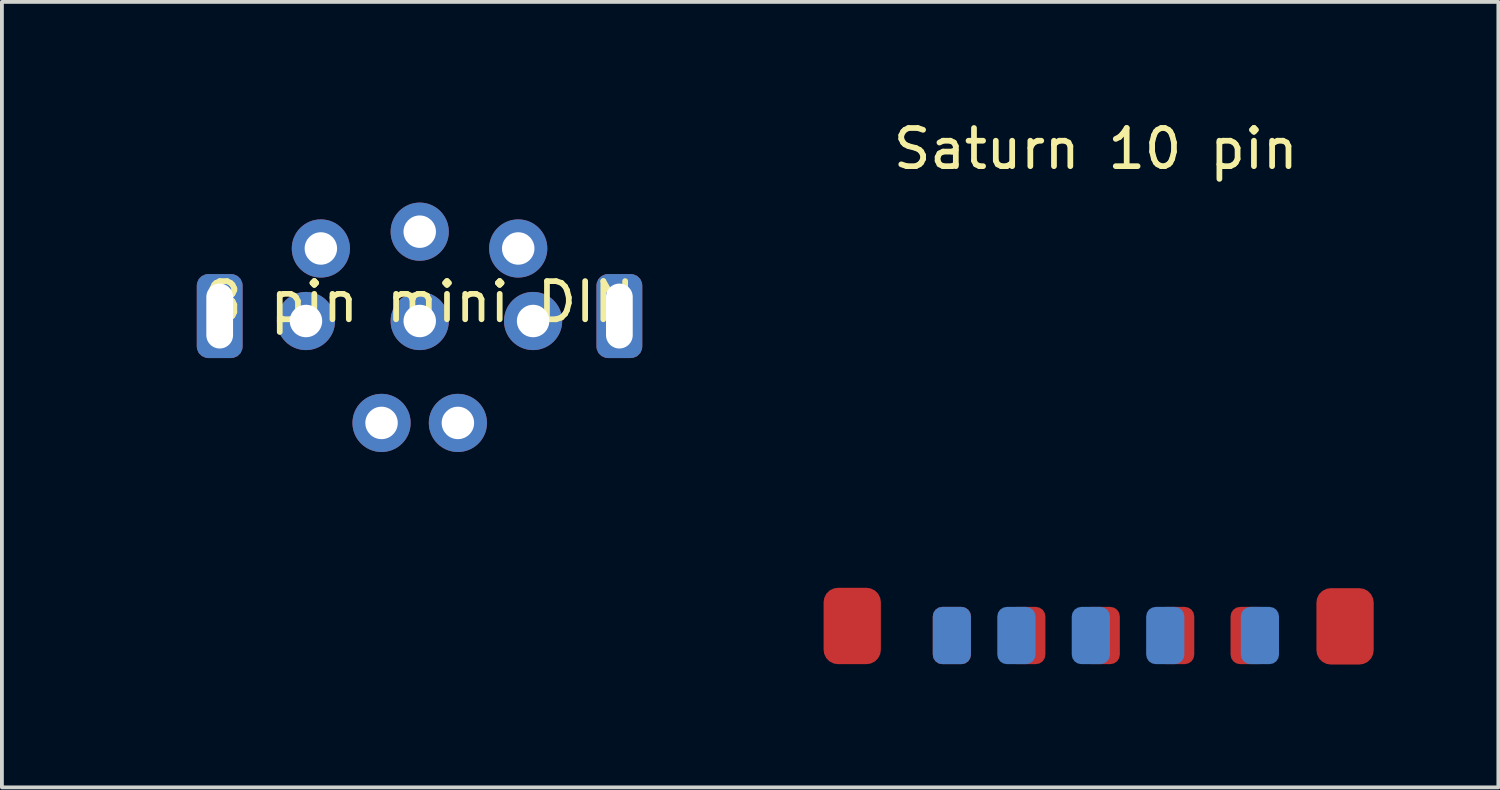
<source format=kicad_pcb>
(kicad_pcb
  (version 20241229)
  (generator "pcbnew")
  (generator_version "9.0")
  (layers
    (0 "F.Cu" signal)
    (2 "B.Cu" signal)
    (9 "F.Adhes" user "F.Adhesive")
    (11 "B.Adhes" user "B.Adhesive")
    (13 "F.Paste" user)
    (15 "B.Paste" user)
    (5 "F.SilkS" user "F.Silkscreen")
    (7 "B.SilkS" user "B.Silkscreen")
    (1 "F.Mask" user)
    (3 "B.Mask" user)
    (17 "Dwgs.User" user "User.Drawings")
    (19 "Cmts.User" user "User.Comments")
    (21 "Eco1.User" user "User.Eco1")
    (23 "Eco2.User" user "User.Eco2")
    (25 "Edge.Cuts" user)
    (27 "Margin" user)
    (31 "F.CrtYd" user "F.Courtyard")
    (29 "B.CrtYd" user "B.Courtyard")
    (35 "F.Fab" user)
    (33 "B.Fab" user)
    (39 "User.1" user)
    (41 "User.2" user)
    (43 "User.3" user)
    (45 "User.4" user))
  (footprint "8 pin mini DIN"
    (layer "F.Cu")
    (at 7.945 5.359)
    (property "Reference" "8 pin mini DIN" (at 0 -0.5 0) (unlocked yes) (layer "F.SilkS") (effects (font (size 1 1) (thickness 0.15))))
    (attr through_hole)
    (fp_poly (pts (xy 7.106 5.689) (xy -7.895 5.689) (xy -7.895 2.643) (xy -1.472 2.643) (xy -1.467 2.737) (xy -1.445 2.827) (xy -1.406 2.91) (xy -1.352 2.984) (xy -1.283 3.046) (xy -1.201 3.093) (xy -1.11 3.124) (xy -1.051 3.134) (xy -1.002 3.137) (xy -0.95 3.133) (xy -0.915 3.127) (xy -0.821 3.099) (xy -0.736 3.052) (xy -0.662 2.989) (xy -0.604 2.913) (xy -0.59 2.886) (xy -0.553 2.791) (xy -0.537 2.695) (xy -0.538 2.668) (xy 0.531 2.668) (xy 0.541 2.769) (xy 0.571 2.861) (xy 0.617 2.943) (xy 0.677 3.013) (xy 0.751 3.069) (xy 0.835 3.109) (xy 0.927 3.132) (xy 1.026 3.136) (xy 1.087 3.128) (xy 1.181 3.099) (xy 1.267 3.052) (xy 1.34 2.986) (xy 1.4 2.905) (xy 1.422 2.864) (xy 1.437 2.83) (xy 1.448 2.801) (xy 1.454 2.771) (xy 1.456 2.734) (xy 1.457 2.683) (xy 1.457 2.668) (xy 1.457 2.613) (xy 1.454 2.573) (xy 1.449 2.542) (xy 1.44 2.513) (xy 1.426 2.481) (xy 1.422 2.471) (xy 1.372 2.388) (xy 1.309 2.317) (xy 1.236 2.264) (xy 1.214 2.252) (xy 1.118 2.216) (xy 1.022 2.2) (xy 0.929 2.203) (xy 0.84 2.225) (xy 0.759 2.262) (xy 0.686 2.314) (xy 0.625 2.381) (xy 0.577 2.459) (xy 0.545 2.548) (xy 0.532 2.648) (xy 0.531 2.668) (xy -0.538 2.668) (xy -0.54 2.601) (xy -0.562 2.512) (xy -0.601 2.429) (xy -0.655 2.355) (xy -0.724 2.292) (xy -0.807 2.244) (xy -0.902 2.212) (xy -0.931 2.206) (xy -1.026 2.2) (xy -1.12 2.214) (xy -1.209 2.247) (xy -1.29 2.296) (xy -1.359 2.359) (xy -1.413 2.436) (xy -1.422 2.453) (xy -1.457 2.548) (xy -1.472 2.643) (xy -7.895 2.643) (xy -7.895 0.312) (xy -4.757 0.312) (xy -4.114 0.312) (xy -4.114 -0.007) (xy -3.449 -0.007) (xy -3.439 0.092) (xy -3.41 0.183) (xy -3.365 0.265) (xy -3.306 0.335) (xy -3.234 0.392) (xy -3.153 0.434) (xy -3.064 0.459) (xy -2.969 0.465) (xy -2.872 0.451) (xy -2.867 0.45) (xy -2.77 0.415) (xy -2.686 0.362) (xy -2.617 0.294) (xy -2.564 0.212) (xy -2.562 0.207) (xy -2.527 0.112) (xy -2.513 0.017) (xy -2.514 -0.007) (xy -0.471 -0.007) (xy -0.463 0.084) (xy -0.438 0.171) (xy -0.397 0.252) (xy -0.339 0.324) (xy -0.267 0.384) (xy -0.216 0.413) (xy -0.173 0.432) (xy -0.132 0.449) (xy -0.103 0.457) (xy -0.054 0.463) (xy 0.007 0.462) (xy 0.072 0.456) (xy 0.13 0.446) (xy 0.162 0.436) (xy 0.251 0.391) (xy 0.326 0.331) (xy 0.386 0.257) (xy 0.43 0.172) (xy 0.456 0.081) (xy 0.463 -0.004) (xy 2.505 -0.004) (xy 2.515 0.095) (xy 2.544 0.187) (xy 2.59 0.268) (xy 2.65 0.338) (xy 2.722 0.394) (xy 2.803 0.435) (xy 2.893 0.459) (xy 2.988 0.465) (xy 3.085 0.45) (xy 3.086 0.45) (xy 3.18 0.416) (xy 3.261 0.365) (xy 3.315 0.316) (xy 3.318 0.312) (xy 4.112 0.312) (xy 4.744 0.312) (xy 4.744 -0.974) (xy 4.112 -0.974) (xy 4.112 0.312) (xy 3.318 0.312) (xy 3.374 0.238) (xy 3.414 0.152) (xy 3.436 0.061) (xy 3.439 -0.033) (xy 3.425 -0.125) (xy 3.392 -0.213) (xy 3.341 -0.294) (xy 3.298 -0.341) (xy 3.219 -0.402) (xy 3.134 -0.444) (xy 3.047 -0.467) (xy 2.958 -0.472) (xy 2.871 -0.461) (xy 2.788 -0.434) (xy 2.712 -0.393) (xy 2.644 -0.339) (xy 2.586 -0.271) (xy 2.543 -0.192) (xy 2.515 -0.103) (xy 2.505 -0.004) (xy 0.463 -0.004) (xy 0.464 -0.016) (xy 0.451 -0.115) (xy 0.449 -0.12) (xy 0.415 -0.214) (xy 0.365 -0.294) (xy 0.302 -0.36) (xy 0.228 -0.412) (xy 0.146 -0.448) (xy 0.059 -0.468) (xy -0.031 -0.472) (xy -0.121 -0.457) (xy -0.208 -0.425) (xy -0.291 -0.373) (xy -0.328 -0.341) (xy -0.391 -0.267) (xy -0.436 -0.185) (xy -0.462 -0.097) (xy -0.471 -0.007) (xy -2.514 -0.007) (xy -2.518 -0.077) (xy -2.542 -0.166) (xy -2.582 -0.249) (xy -2.638 -0.322) (xy -2.708 -0.384) (xy -2.791 -0.431) (xy -2.886 -0.462) (xy -2.91 -0.466) (xy -3.007 -0.472) (xy -3.101 -0.457) (xy -3.188 -0.425) (xy -3.266 -0.376) (xy -3.333 -0.313) (xy -3.387 -0.237) (xy -3.425 -0.151) (xy -3.446 -0.057) (xy -3.449 -0.007) (xy -4.114 -0.007) (xy -4.114 -0.974) (xy -4.757 -0.974) (xy -4.757 0.312) (xy -7.895 0.312) (xy -7.895 -0.73) (xy -6.232 -0.73) (xy -6.232 -1.872) (xy -3.058 -1.872) (xy -3.043 -1.781) (xy -3.008 -1.692) (xy -2.955 -1.61) (xy -2.931 -1.582) (xy -2.898 -1.55) (xy -2.864 -1.521) (xy -2.842 -1.505) (xy -2.77 -1.471) (xy -2.686 -1.45) (xy -2.597 -1.441) (xy -2.51 -1.445) (xy -2.45 -1.457) (xy -2.36 -1.494) (xy -2.285 -1.545) (xy -2.223 -1.609) (xy -2.176 -1.682) (xy -2.144 -1.762) (xy -2.126 -1.846) (xy -2.124 -1.933) (xy -2.137 -2.018) (xy -2.165 -2.101) (xy -2.209 -2.178) (xy -2.269 -2.246) (xy -2.345 -2.303) (xy -2.353 -2.308) (xy -0.471 -2.308) (xy -0.458 -2.219) (xy -0.428 -2.133) (xy -0.379 -2.052) (xy -0.327 -1.994) (xy -0.246 -1.932) (xy -0.157 -1.891) (xy -0.059 -1.87) (xy 0.047 -1.869) (xy 0.114 -1.878) (xy 0.134 -1.885) (xy 0.151 -1.892) (xy 2.116 -1.892) (xy 2.128 -1.797) (xy 2.157 -1.707) (xy 2.204 -1.625) (xy 2.248 -1.574) (xy 2.325 -1.51) (xy 2.41 -1.467) (xy 2.504 -1.444) (xy 2.608 -1.44) (xy 2.622 -1.441) (xy 2.68 -1.448) (xy 2.728 -1.459) (xy 2.774 -1.477) (xy 2.79 -1.485) (xy 2.838 -1.512) (xy 2.885 -1.546) (xy 2.918 -1.575) (xy 2.977 -1.648) (xy 3.018 -1.733) (xy 3.042 -1.824) (xy 3.048 -1.919) (xy 3.036 -2.014) (xy 3.006 -2.105) (xy 2.96 -2.185) (xy 2.897 -2.254) (xy 2.823 -2.308) (xy 2.74 -2.345) (xy 2.652 -2.365) (xy 2.562 -2.37) (xy 2.472 -2.358) (xy 2.386 -2.331) (xy 2.307 -2.287) (xy 2.239 -2.227) (xy 2.194 -2.17) (xy 2.149 -2.082) (xy 2.124 -1.988) (xy 2.116 -1.892) (xy 0.151 -1.892) (xy 0.168 -1.899) (xy 0.205 -1.915) (xy 0.288 -1.966) (xy 0.357 -2.033) (xy 0.411 -2.114) (xy 0.447 -2.207) (xy 0.448 -2.21) (xy 0.464 -2.31) (xy 0.46 -2.405) (xy 0.438 -2.495) (xy 0.399 -2.577) (xy 0.345 -2.649) (xy 0.279 -2.709) (xy 0.203 -2.756) (xy 0.117 -2.788) (xy 0.024 -2.802) (xy -0.074 -2.798) (xy -0.128 -2.786) (xy -0.219 -2.752) (xy -0.297 -2.702) (xy -0.361 -2.639) (xy -0.411 -2.565) (xy -0.447 -2.484) (xy -0.467 -2.397) (xy -0.471 -2.308) (xy -2.353 -2.308) (xy -2.382 -2.324) (xy -2.42 -2.342) (xy -2.45 -2.354) (xy -2.478 -2.361) (xy -2.512 -2.364) (xy -2.557 -2.365) (xy -2.589 -2.366) (xy -2.645 -2.365) (xy -2.684 -2.363) (xy -2.715 -2.358) (xy -2.744 -2.349) (xy -2.776 -2.335) (xy -2.786 -2.33) (xy -2.872 -2.278) (xy -2.943 -2.213) (xy -2.997 -2.137) (xy -3.035 -2.053) (xy -3.055 -1.964) (xy -3.058 -1.872) (xy -6.232 -1.872) (xy -6.232 -3.613) (xy -7.895 -3.613) (xy -7.895 -5.309) (xy 7.106 -5.309)) (stroke (width 0.1) (type solid)) (fill no) (layer "Eco1.User"))
    (pad "1" thru_hole circle (at -1 2.67) (size 1.524 1.524) (drill 0.85) (layers "*.Cu" "*.Mask"))
    (pad "2" thru_hole circle (at 1 2.67) (size 1.524 1.524) (drill 0.85) (layers "*.Cu" "*.Mask"))
    (pad "3" thru_hole circle (at -2.98 0) (size 1.524 1.524) (drill 0.85) (layers "*.Cu" "*.Mask"))
    (pad "4" thru_hole roundrect (at -5.24 -0.13) (size 1.2 2.2) (drill oval 0.7 1.7) (layers "*.Cu" "*.Mask") (roundrect_rratio 0.25))
    (pad "4" thru_hole circle (at 0 0) (size 1.524 1.524) (drill 0.85) (layers "*.Cu" "*.Mask"))
    (pad "4" thru_hole roundrect (at 5.23 -0.13) (size 1.2 2.2) (drill oval 0.7 1.7) (layers "*.Cu" "*.Mask") (roundrect_rratio 0.25))
    (pad "5" thru_hole circle (at 2.97 0) (size 1.524 1.524) (drill 0.85) (layers "*.Cu" "*.Mask"))
    (pad "6" thru_hole circle (at -2.59 -1.9) (size 1.524 1.524) (drill 0.85) (layers "*.Cu" "*.Mask"))
    (pad "7" thru_hole circle (at 0 -2.34) (size 1.524 1.524) (drill 0.85) (layers "*.Cu" "*.Mask"))
    (pad "8" thru_hole circle (at 2.58 -1.9) (size 1.524 1.524) (drill 0.85) (layers "*.Cu" "*.Mask")))
  (footprint "Saturn 10 pin"
    (layer "F.Cu")
    (at 25.655 1.348)
    (property "Reference" "Saturn 10 pin" (at 0 -0.5 0) (unlocked yes) (layer "F.SilkS") (effects (font (size 1 1) (thickness 0.15))))
    (attr through_hole)
    (fp_poly (pts (xy 7.496 13.178) (xy -7.505 13.178) (xy -7.505 10.132) (xy -1.082 10.132) (xy -1.077 10.226) (xy -1.055 10.316) (xy -1.016 10.399) (xy -0.962 10.473) (xy -0.893 10.535) (xy -0.811 10.583) (xy -0.72 10.613) (xy -0.661 10.624) (xy -0.612 10.627) (xy -0.56 10.622) (xy -0.525 10.616) (xy -0.431 10.588) (xy -0.346 10.541) (xy -0.272 10.479) (xy -0.214 10.402) (xy -0.2 10.375) (xy -0.163 10.28) (xy -0.147 10.184) (xy -0.148 10.157) (xy 0.921 10.157) (xy 0.931 10.258) (xy 0.961 10.351) (xy 1.007 10.433) (xy 1.067 10.502) (xy 1.141 10.558) (xy 1.225 10.598) (xy 1.317 10.621) (xy 1.416 10.625) (xy 1.477 10.617) (xy 1.571 10.588) (xy 1.657 10.541) (xy 1.73 10.475) (xy 1.79 10.395) (xy 1.812 10.353) (xy 1.827 10.319) (xy 1.838 10.29) (xy 1.844 10.26) (xy 1.846 10.223) (xy 1.847 10.172) (xy 1.847 10.157) (xy 1.847 10.102) (xy 1.844 10.062) (xy 1.839 10.031) (xy 1.83 10.002) (xy 1.816 9.97) (xy 1.812 9.96) (xy 1.762 9.877) (xy 1.699 9.806) (xy 1.626 9.753) (xy 1.604 9.741) (xy 1.508 9.705) (xy 1.412 9.689) (xy 1.319 9.693) (xy 1.23 9.714) (xy 1.149 9.751) (xy 1.076 9.804) (xy 1.015 9.87) (xy 0.967 9.948) (xy 0.935 10.038) (xy 0.922 10.137) (xy 0.921 10.157) (xy -0.148 10.157) (xy -0.15 10.09) (xy -0.172 10.001) (xy -0.211 9.918) (xy -0.265 9.844) (xy -0.334 9.781) (xy -0.417 9.733) (xy -0.512 9.701) (xy -0.541 9.695) (xy -0.636 9.689) (xy -0.73 9.703) (xy -0.819 9.736) (xy -0.9 9.785) (xy -0.969 9.848) (xy -1.023 9.925) (xy -1.032 9.942) (xy -1.067 10.037) (xy -1.082 10.132) (xy -7.505 10.132) (xy -7.505 7.801) (xy -4.367 7.801) (xy -3.724 7.801) (xy -3.724 7.482) (xy -3.059 7.482) (xy -3.049 7.581) (xy -3.02 7.672) (xy -2.975 7.754) (xy -2.916 7.824) (xy -2.844 7.881) (xy -2.763 7.923) (xy -2.674 7.948) (xy -2.579 7.954) (xy -2.482 7.94) (xy -2.477 7.939) (xy -2.38 7.904) (xy -2.296 7.851) (xy -2.227 7.783) (xy -2.174 7.701) (xy -2.172 7.696) (xy -2.137 7.601) (xy -2.123 7.506) (xy -2.124 7.483) (xy -0.081 7.483) (xy -0.073 7.573) (xy -0.048 7.66) (xy -0.007 7.741) (xy 0.051 7.813) (xy 0.123 7.873) (xy 0.174 7.902) (xy 0.217 7.922) (xy 0.258 7.938) (xy 0.287 7.946) (xy 0.336 7.952) (xy 0.397 7.951) (xy 0.462 7.945) (xy 0.52 7.935) (xy 0.552 7.925) (xy 0.641 7.88) (xy 0.716 7.82) (xy 0.776 7.746) (xy 0.82 7.661) (xy 0.846 7.57) (xy 0.853 7.485) (xy 2.895 7.485) (xy 2.905 7.584) (xy 2.934 7.676) (xy 2.98 7.757) (xy 3.04 7.827) (xy 3.112 7.883) (xy 3.193 7.924) (xy 3.283 7.949) (xy 3.378 7.954) (xy 3.475 7.94) (xy 3.476 7.939) (xy 3.57 7.905) (xy 3.651 7.854) (xy 3.705 7.805) (xy 3.708 7.801) (xy 4.502 7.801) (xy 5.134 7.801) (xy 5.134 6.515) (xy 4.502 6.515) (xy 4.502 7.801) (xy 3.708 7.801) (xy 3.764 7.727) (xy 3.804 7.641) (xy 3.826 7.55) (xy 3.829 7.456) (xy 3.815 7.364) (xy 3.782 7.276) (xy 3.731 7.195) (xy 3.688 7.148) (xy 3.609 7.087) (xy 3.524 7.045) (xy 3.437 7.022) (xy 3.348 7.017) (xy 3.261 7.028) (xy 3.178 7.055) (xy 3.102 7.096) (xy 3.034 7.151) (xy 2.976 7.218) (xy 2.933 7.297) (xy 2.905 7.386) (xy 2.895 7.485) (xy 0.853 7.485) (xy 0.854 7.473) (xy 0.841 7.374) (xy 0.839 7.369) (xy 0.805 7.275) (xy 0.755 7.195) (xy 0.692 7.129) (xy 0.618 7.077) (xy 0.536 7.041) (xy 0.449 7.021) (xy 0.359 7.017) (xy 0.269 7.032) (xy 0.182 7.064) (xy 0.099 7.116) (xy 0.062 7.148) (xy -0.001 7.222) (xy -0.046 7.304) (xy -0.072 7.392) (xy -0.081 7.483) (xy -2.124 7.483) (xy -2.128 7.412) (xy -2.152 7.323) (xy -2.192 7.24) (xy -2.248 7.167) (xy -2.318 7.105) (xy -2.401 7.058) (xy -2.496 7.027) (xy -2.52 7.023) (xy -2.617 7.017) (xy -2.711 7.032) (xy -2.798 7.064) (xy -2.876 7.113) (xy -2.943 7.176) (xy -2.997 7.252) (xy -3.035 7.338) (xy -3.056 7.432) (xy -3.059 7.482) (xy -3.724 7.482) (xy -3.724 6.515) (xy -4.367 6.515) (xy -4.367 7.801) (xy -7.505 7.801) (xy -7.505 6.759) (xy -5.842 6.759) (xy -5.842 5.617) (xy -2.668 5.617) (xy -2.653 5.708) (xy -2.618 5.797) (xy -2.565 5.879) (xy -2.541 5.907) (xy -2.508 5.939) (xy -2.474 5.968) (xy -2.452 5.984) (xy -2.38 6.018) (xy -2.296 6.04) (xy -2.207 6.049) (xy -2.12 6.044) (xy -2.06 6.032) (xy -1.97 5.995) (xy -1.895 5.944) (xy -1.833 5.88) (xy -1.786 5.807) (xy -1.754 5.727) (xy -1.736 5.643) (xy -1.734 5.556) (xy -1.747 5.471) (xy -1.775 5.388) (xy -1.819 5.311) (xy -1.879 5.243) (xy -1.955 5.186) (xy -1.963 5.181) (xy -0.081 5.181) (xy -0.068 5.27) (xy -0.038 5.356) (xy 0.011 5.437) (xy 0.063 5.495) (xy 0.144 5.557) (xy 0.233 5.598) (xy 0.331 5.619) (xy 0.437 5.62) (xy 0.504 5.611) (xy 0.524 5.604) (xy 0.541 5.597) (xy 2.506 5.597) (xy 2.518 5.692) (xy 2.547 5.782) (xy 2.594 5.865) (xy 2.638 5.915) (xy 2.715 5.979) (xy 2.8 6.022) (xy 2.894 6.045) (xy 2.998 6.049) (xy 3.012 6.048) (xy 3.07 6.041) (xy 3.118 6.03) (xy 3.164 6.012) (xy 3.18 6.004) (xy 3.228 5.977) (xy 3.275 5.943) (xy 3.308 5.914) (xy 3.367 5.841) (xy 3.408 5.756) (xy 3.432 5.665) (xy 3.438 5.57) (xy 3.426 5.475) (xy 3.396 5.384) (xy 3.35 5.304) (xy 3.287 5.235) (xy 3.213 5.181) (xy 3.13 5.144) (xy 3.042 5.124) (xy 2.952 5.119) (xy 2.862 5.131) (xy 2.776 5.159) (xy 2.697 5.202) (xy 2.629 5.262) (xy 2.584 5.319) (xy 2.539 5.408) (xy 2.514 5.501) (xy 2.506 5.597) (xy 0.541 5.597) (xy 0.558 5.591) (xy 0.595 5.574) (xy 0.678 5.523) (xy 0.747 5.456) (xy 0.801 5.375) (xy 0.837 5.282) (xy 0.838 5.279) (xy 0.854 5.179) (xy 0.85 5.084) (xy 0.828 4.994) (xy 0.789 4.912) (xy 0.735 4.84) (xy 0.669 4.78) (xy 0.593 4.733) (xy 0.507 4.701) (xy 0.414 4.687) (xy 0.316 4.691) (xy 0.262 4.703) (xy 0.171 4.737) (xy 0.093 4.787) (xy 0.029 4.85) (xy -0.021 4.924) (xy -0.057 5.006) (xy -0.077 5.092) (xy -0.081 5.181) (xy -1.963 5.181) (xy -1.992 5.165) (xy -2.03 5.147) (xy -2.06 5.135) (xy -2.088 5.128) (xy -2.122 5.125) (xy -2.167 5.124) (xy -2.199 5.124) (xy -2.255 5.124) (xy -2.294 5.126) (xy -2.325 5.131) (xy -2.354 5.14) (xy -2.386 5.154) (xy -2.396 5.159) (xy -2.482 5.211) (xy -2.553 5.276) (xy -2.607 5.352) (xy -2.645 5.436) (xy -2.665 5.526) (xy -2.668 5.617) (xy -5.842 5.617) (xy -5.842 3.876) (xy -7.505 3.876) (xy -7.505 2.18) (xy 7.496 2.18)) (stroke (width 0.1) (type solid)) (fill no) (layer "Eco1.User"))
    (pad "1" smd roundrect (at -2.08 12.25) (size 1 1.5) (layers "B.Cu" "B.Mask" "B.Paste") (roundrect_rratio 0.25))
    (pad "2" smd roundrect (at -0.13 12.25) (size 1 1.5) (layers "B.Cu" "B.Mask" "B.Paste") (roundrect_rratio 0.25))
    (pad "3" smd roundrect (at 1.82 12.25) (size 1 1.5) (layers "B.Cu" "B.Mask" "B.Paste") (roundrect_rratio 0.25))
    (pad "4" smd roundrect (at -3.77 12.25) (size 1 1.5) (layers "B.Cu" "B.Mask" "B.Paste") (roundrect_rratio 0.25))
    (pad "5" smd roundrect (at -1.82 12.25) (size 1 1.5) (layers "F.Cu" "F.Mask" "F.Paste") (roundrect_rratio 0.25))
    (pad "6" smd roundrect (at 0.13 12.25) (size 1 1.5) (layers "F.Cu" "F.Mask" "F.Paste") (roundrect_rratio 0.25))
    (pad "7" smd roundrect (at 4.3 12.25) (size 1 1.5) (layers "B.Cu" "B.Mask" "B.Paste") (roundrect_rratio 0.25))
    (pad "8" smd roundrect (at -3.77 12.25) (size 1 1.5) (layers "F.Cu" "F.Mask" "F.Paste") (roundrect_rratio 0.25))
    (pad "9" smd roundrect (at 2.08 12.25) (size 1 1.5) (layers "F.Cu" "F.Mask" "F.Paste") (roundrect_rratio 0.25))
    (pad "10" smd roundrect (at 4.03 12.25) (size 1 1.5) (layers "F.Cu" "F.Mask" "F.Paste") (roundrect_rratio 0.25))
    (pad "11" smd roundrect (at -6.38 12) (size 1.5 2) (layers "F.Cu" "F.Mask" "F.Paste") (roundrect_rratio 0.25))
    (pad "11" smd roundrect (at 6.53 12.01) (size 1.5 2) (layers "F.Cu" "F.Mask" "F.Paste") (roundrect_rratio 0.25)))
  (gr_rect
    (start -3 -3)
    (end 36.201 17.576)
    (stroke (width 0.1) (type default))
    (fill no)
    (layer "Edge.Cuts")))
</source>
